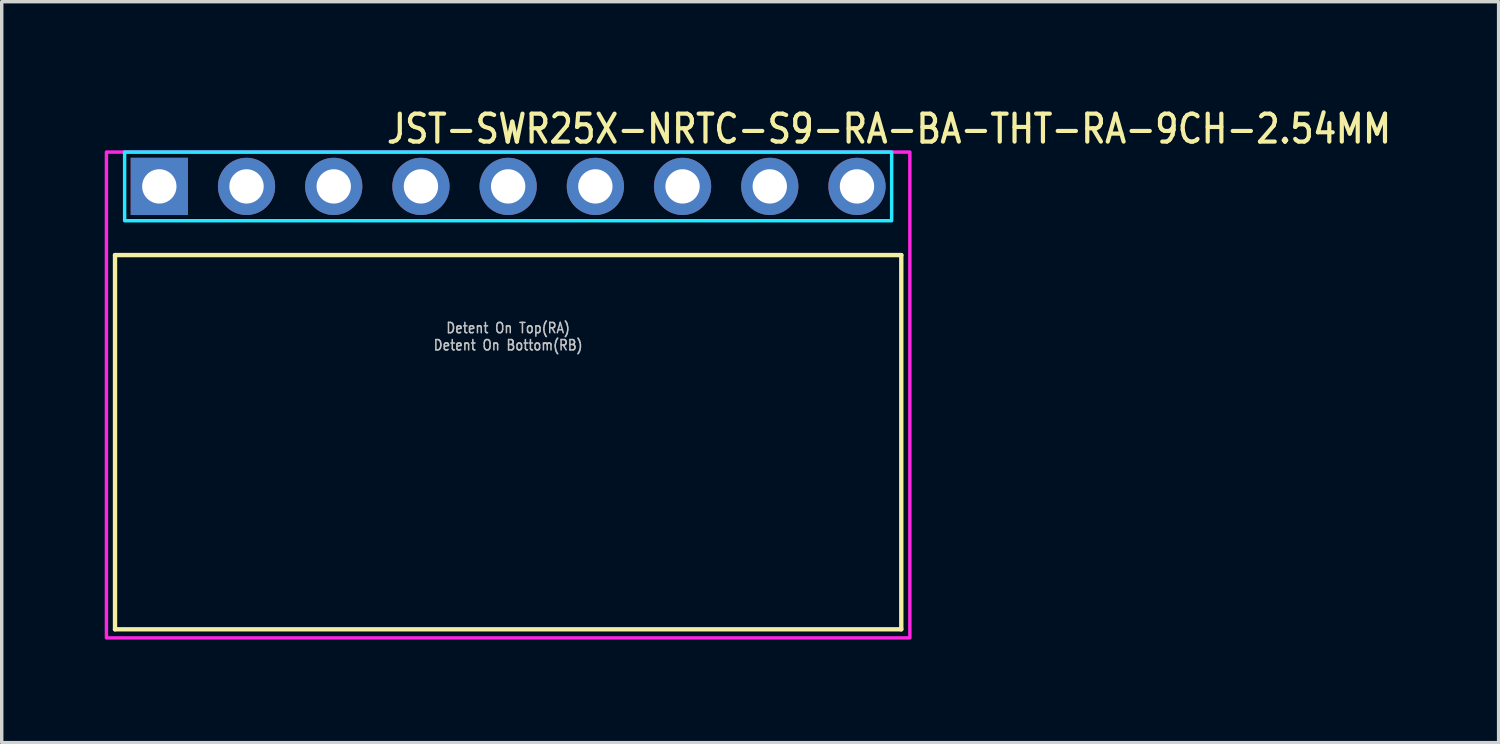
<source format=kicad_pcb>
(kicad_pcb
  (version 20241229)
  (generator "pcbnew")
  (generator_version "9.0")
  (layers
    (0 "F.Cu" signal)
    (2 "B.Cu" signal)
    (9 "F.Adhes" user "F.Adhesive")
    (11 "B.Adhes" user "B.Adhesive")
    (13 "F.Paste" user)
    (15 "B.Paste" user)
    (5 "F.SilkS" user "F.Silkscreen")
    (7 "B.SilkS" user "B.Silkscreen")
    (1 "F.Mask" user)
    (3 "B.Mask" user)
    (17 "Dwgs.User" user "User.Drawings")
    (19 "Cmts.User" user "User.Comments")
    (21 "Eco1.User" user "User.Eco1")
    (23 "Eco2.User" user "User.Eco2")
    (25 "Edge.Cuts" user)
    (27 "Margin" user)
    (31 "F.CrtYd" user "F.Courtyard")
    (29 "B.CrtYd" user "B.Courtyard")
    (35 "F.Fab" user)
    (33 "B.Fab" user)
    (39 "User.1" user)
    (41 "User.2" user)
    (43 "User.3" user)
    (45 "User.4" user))
  (footprint "JST-SWR25X-NRTC-S9-RA-BA-THT-RA-9CH-2.54MM"
    (layer "F.Cu")
    (at 11.75 2.379)
    (property "Reference" "JST-SWR25X-NRTC-S9-RA-BA-THT-RA-9CH-2.54MM" (at -3.6 -1.2 0) (unlocked yes) (layer "F.SilkS") (effects (font (size 0.813 0.695) (thickness 0.122)) (justify left bottom)))
    (fp_line (start -11.45 2) (end 11.45 2) (stroke (width 0.127) (type solid)) (layer "F.SilkS"))
    (fp_line (start -11.45 12.9) (end -11.45 2) (stroke (width 0.127) (type solid)) (layer "F.SilkS"))
    (fp_line (start -11.45 12.9) (end 11.45 12.9) (stroke (width 0.127) (type solid)) (layer "F.SilkS"))
    (fp_line (start 11.45 2) (end 11.45 12.9) (stroke (width 0.127) (type solid)) (layer "F.SilkS"))
    (fp_poly (pts (xy -11.17 -1) (xy -11.17 1) (xy 11.17 1) (xy 11.17 -1)) (stroke (width 0.1) (type solid)) (fill no) (layer "B.CrtYd"))
    (fp_poly (pts (xy -11.7 -1) (xy -11.7 13.15) (xy 11.7 13.15) (xy 11.7 -1)) (stroke (width 0.1) (type solid)) (fill no) (layer "F.CrtYd"))
    (fp_text user "Detent On Top(RA)" (at 0 4.3 0) (unlocked yes) (layer "Dwgs.User") (effects (font (size 0.3 0.257) (thickness 0.045)) (justify bottom)))
    (fp_text user "Detent On Bottom(RB)" (at 0 4.8 0) (unlocked yes) (layer "Dwgs.User") (effects (font (size 0.3 0.257) (thickness 0.045)) (justify bottom)))
    (pad "1" thru_hole rect (at -10.16 0) (size 1.667 1.667) (drill 1) (layers "*.Cu" "*.Mask"))
    (pad "2" thru_hole oval (at -7.62 0) (size 1.667 1.667) (drill 1) (layers "*.Cu" "*.Mask"))
    (pad "3" thru_hole oval (at -5.08 0) (size 1.667 1.667) (drill 1) (layers "*.Cu" "*.Mask"))
    (pad "4" thru_hole oval (at -2.54 0) (size 1.667 1.667) (drill 1) (layers "*.Cu" "*.Mask"))
    (pad "5" thru_hole oval (at 0 0) (size 1.667 1.667) (drill 1) (layers "*.Cu" "*.Mask"))
    (pad "6" thru_hole oval (at 2.54 0) (size 1.667 1.667) (drill 1) (layers "*.Cu" "*.Mask"))
    (pad "7" thru_hole oval (at 5.08 0) (size 1.667 1.667) (drill 1) (layers "*.Cu" "*.Mask"))
    (pad "8" thru_hole oval (at 7.62 0) (size 1.667 1.667) (drill 1) (layers "*.Cu" "*.Mask"))
    (pad "9" thru_hole oval (at 10.16 0) (size 1.667 1.667) (drill 1) (layers "*.Cu" "*.Mask")))
  (gr_rect
    (start -3 -3)
    (end 40.598 18.579)
    (stroke (width 0.1) (type default))
    (fill no)
    (layer "Edge.Cuts")))
</source>
